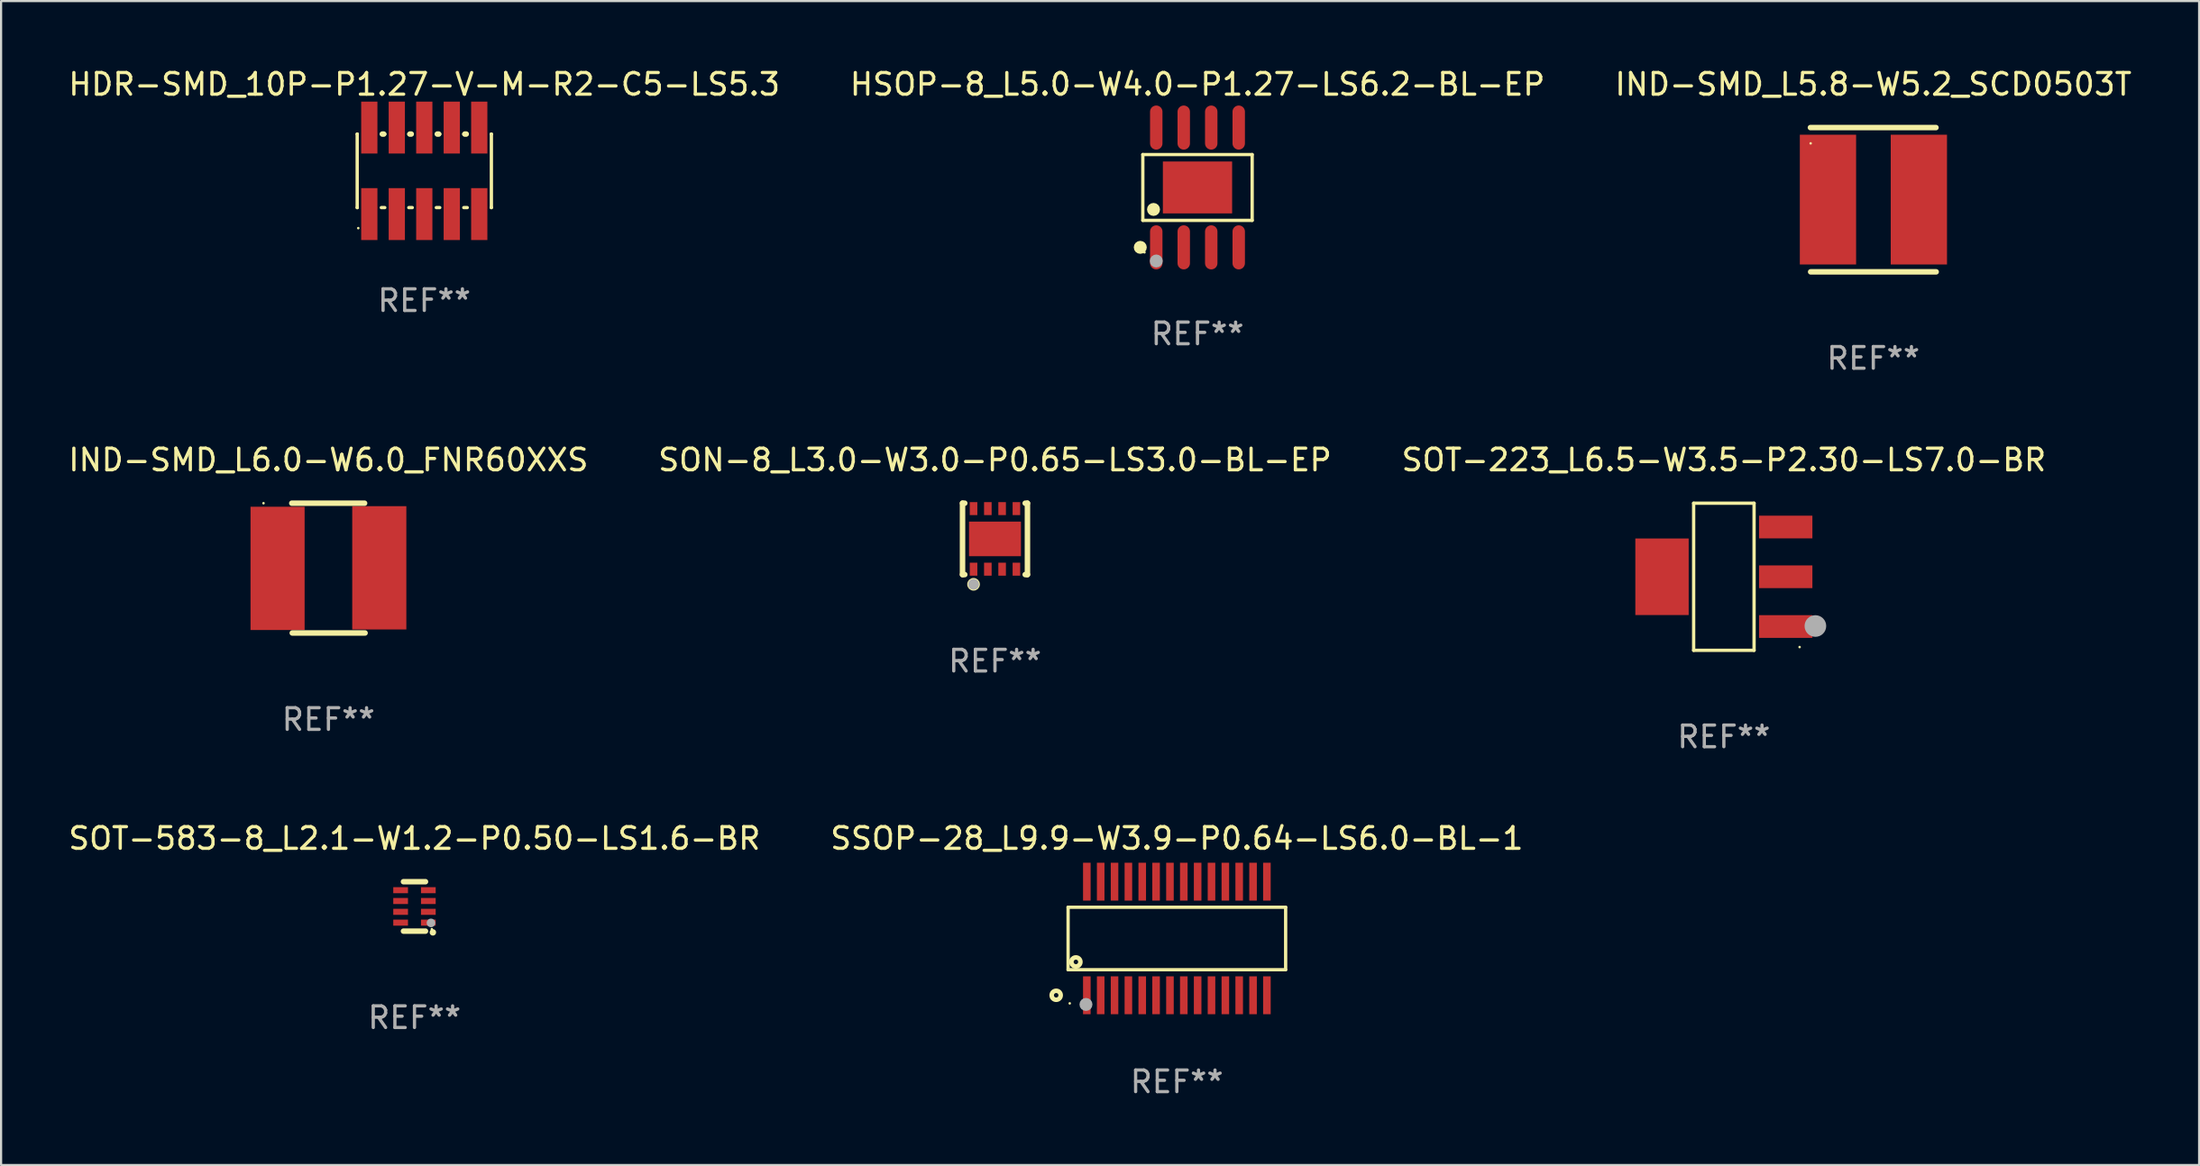
<source format=kicad_pcb>
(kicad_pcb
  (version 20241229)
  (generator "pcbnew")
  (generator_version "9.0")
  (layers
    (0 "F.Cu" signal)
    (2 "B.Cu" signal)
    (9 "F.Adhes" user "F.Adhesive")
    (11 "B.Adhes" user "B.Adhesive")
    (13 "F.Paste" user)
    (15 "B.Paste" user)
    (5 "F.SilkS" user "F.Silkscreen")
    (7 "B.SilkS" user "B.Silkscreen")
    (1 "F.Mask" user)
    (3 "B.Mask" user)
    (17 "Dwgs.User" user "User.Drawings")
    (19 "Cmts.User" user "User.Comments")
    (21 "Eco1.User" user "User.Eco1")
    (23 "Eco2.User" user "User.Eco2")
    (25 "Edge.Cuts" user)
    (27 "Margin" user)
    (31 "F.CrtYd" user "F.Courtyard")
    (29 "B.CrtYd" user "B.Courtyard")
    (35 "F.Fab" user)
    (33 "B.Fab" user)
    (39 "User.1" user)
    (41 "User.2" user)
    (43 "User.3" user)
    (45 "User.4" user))
  (footprint "HSOP-8_L5.0-W4.0-P1.27-LS6.2-BL-EP"
    (layer "F.Cu")
    (at 52.28 5.617)
    (property "Reference" "HSOP-8_L5.0-W4.0-P1.27-LS6.2-BL-EP" (at 0 -4.769 0) (layer "F.SilkS") (effects (font (size 1 1) (thickness 0.15))))
    (attr through_hole)
    (fp_line (start -2.526 -1.521) (end 2.526 -1.521) (stroke (width 0.152) (type solid)) (layer "F.SilkS"))
    (fp_line (start -2.526 1.521) (end -2.526 -1.521) (stroke (width 0.152) (type solid)) (layer "F.SilkS"))
    (fp_line (start 2.526 -1.521) (end 2.526 1.521) (stroke (width 0.152) (type solid)) (layer "F.SilkS"))
    (fp_line (start 2.526 1.521) (end -2.526 1.521) (stroke (width 0.152) (type solid)) (layer "F.SilkS"))
    (fp_circle (center -2.644 2.769) (end -2.494 2.769) (stroke (width 0.3) (type solid)) (fill no) (layer "F.SilkS"))
    (fp_circle (center -2.45 3) (end -2.42 3) (stroke (width 0.06) (type solid)) (fill no) (layer "F.SilkS"))
    (fp_circle (center -2.032 1.016) (end -1.882 1.016) (stroke (width 0.3) (type solid)) (fill no) (layer "F.SilkS"))
    (fp_circle (center -1.905 3.4) (end -1.755 3.4) (stroke (width 0.3) (type solid)) (fill no) (layer "F.Fab"))
    (fp_text user "REF**" (at 0 6.769 0) (layer "F.Fab") (effects (font (size 1 1) (thickness 0.15))))
    (pad "1" smd oval (at -1.905 2.769) (size 0.574 2.038) (layers "F.Cu" "F.Mask" "F.Paste"))
    (pad "2" smd oval (at -0.635 2.769) (size 0.574 2.038) (layers "F.Cu" "F.Mask" "F.Paste"))
    (pad "3" smd oval (at 0.635 2.769) (size 0.574 2.038) (layers "F.Cu" "F.Mask" "F.Paste"))
    (pad "4" smd oval (at 1.905 2.769) (size 0.574 2.038) (layers "F.Cu" "F.Mask" "F.Paste"))
    (pad "5" smd oval (at 1.905 -2.769) (size 0.574 2.038) (layers "F.Cu" "F.Mask" "F.Paste"))
    (pad "6" smd oval (at 0.635 -2.769) (size 0.574 2.038) (layers "F.Cu" "F.Mask" "F.Paste"))
    (pad "7" smd oval (at -0.635 -2.769) (size 0.574 2.038) (layers "F.Cu" "F.Mask" "F.Paste"))
    (pad "8" smd oval (at -1.905 -2.769) (size 0.574 2.038) (layers "F.Cu" "F.Mask" "F.Paste"))
    (pad "9" smd rect (at 0 0) (size 3.2 2.4) (layers "F.Cu" "F.Mask" "F.Paste")))
  (footprint "SON-8_L3.0-W3.0-P0.65-LS3.0-BL-EP"
    (layer "F.Cu")
    (at 42.923 21.865)
    (property "Reference" "SON-8_L3.0-W3.0-P0.65-LS3.0-BL-EP" (at -0.000356 -3.65 0) (layer "F.SilkS") (effects (font (size 1 1) (thickness 0.15))))
    (attr through_hole)
    (fp_line (start -1.5 -1.65) (end -1.396 -1.65) (stroke (width 0.254) (type solid)) (layer "F.SilkS"))
    (fp_line (start -1.5 1.65) (end -1.5 -1.65) (stroke (width 0.254) (type solid)) (layer "F.SilkS"))
    (fp_line (start -1.5 1.65) (end -1.396 1.65) (stroke (width 0.254) (type solid)) (layer "F.SilkS"))
    (fp_line (start 1.396 -1.65) (end 1.5 -1.65) (stroke (width 0.254) (type solid)) (layer "F.SilkS"))
    (fp_line (start 1.396 1.65) (end 1.5 1.65) (stroke (width 0.254) (type solid)) (layer "F.SilkS"))
    (fp_line (start 1.5 1.65) (end 1.5 -1.65) (stroke (width 0.254) (type solid)) (layer "F.SilkS"))
    (fp_circle (center -1.5 1.5) (end -1.47 1.5) (stroke (width 0.06) (type solid)) (fill no) (layer "F.SilkS"))
    (fp_circle (center -0.99 2.1) (end -0.825 2.1) (stroke (width 0.254) (type solid)) (fill no) (layer "F.SilkS"))
    (fp_circle (center -0.99 2.1) (end -0.865 2.1) (stroke (width 0.25) (type solid)) (fill no) (layer "F.Fab"))
    (fp_text user "REF**" (at -0.000356 5.65 0) (layer "F.Fab") (effects (font (size 1 1) (thickness 0.15))))
    (pad "1" smd rect (at -0.99 1.4) (size 0.35 0.6) (layers "F.Cu" "F.Mask" "F.Paste"))
    (pad "2" smd rect (at -0.33 1.4) (size 0.35 0.6) (layers "F.Cu" "F.Mask" "F.Paste"))
    (pad "3" smd rect (at 0.33 1.4) (size 0.35 0.6) (layers "F.Cu" "F.Mask" "F.Paste"))
    (pad "4" smd rect (at 0.99 1.4) (size 0.35 0.6) (layers "F.Cu" "F.Mask" "F.Paste"))
    (pad "5" smd rect (at 0.99 -1.4) (size 0.35 0.6) (layers "F.Cu" "F.Mask" "F.Paste"))
    (pad "6" smd rect (at 0.33 -1.4) (size 0.35 0.6) (layers "F.Cu" "F.Mask" "F.Paste"))
    (pad "7" smd rect (at -0.33 -1.4) (size 0.35 0.6) (layers "F.Cu" "F.Mask" "F.Paste"))
    (pad "8" smd rect (at -0.99 -1.4) (size 0.35 0.6) (layers "F.Cu" "F.Mask" "F.Paste"))
    (pad "9" smd rect (at -0.000127 0.000127) (size 2.4 1.6) (layers "F.Cu" "F.Mask" "F.Paste")))
  (footprint "IND-SMD_L6.0-W6.0_FNR60XXS"
    (layer "F.Cu")
    (at 12.125 23.215)
    (property "Reference" "IND-SMD_L6.0-W6.0_FNR60XXS" (at 0 -5 0) (layer "F.SilkS") (effects (font (size 1 1) (thickness 0.15))))
    (attr through_hole)
    (fp_line (start -1.693 -3) (end 1.671 -3) (stroke (width 0.254) (type solid)) (layer "F.SilkS"))
    (fp_line (start -1.671 3) (end 1.693 3) (stroke (width 0.254) (type solid)) (layer "F.SilkS"))
    (fp_circle (center -3 -3) (end -2.97 -3) (stroke (width 0.06) (type solid)) (fill no) (layer "F.SilkS"))
    (fp_text user "REF**" (at 0 7 0) (layer "F.Fab") (effects (font (size 1 1) (thickness 0.15))))
    (pad "1" smd rect (at -2.35 0.013) (size 2.5 5.7) (layers "F.Cu" "F.Mask" "F.Paste"))
    (pad "2" smd rect (at 2.35 -0.013) (size 2.5 5.7) (layers "F.Cu" "F.Mask" "F.Paste")))
  (footprint "IND-SMD_L5.8-W5.2_SCD0503T"
    (layer "F.Cu")
    (at 83.511 6.178)
    (property "Reference" "IND-SMD_L5.8-W5.2_SCD0503T" (at -0.005 -5.33 0) (layer "F.SilkS") (effects (font (size 1 1) (thickness 0.15))))
    (attr through_hole)
    (fp_line (start -2.91 -3.33) (end 2.89 -3.33) (stroke (width 0.254) (type solid)) (layer "F.SilkS"))
    (fp_line (start 2.9 3.34) (end -2.9 3.34) (stroke (width 0.254) (type solid)) (layer "F.SilkS"))
    (fp_circle (center -2.9 -2.6) (end -2.87 -2.6) (stroke (width 0.06) (type solid)) (fill no) (layer "F.SilkS"))
    (fp_text user "REF**" (at -0.005 7.34 0) (layer "F.Fab") (effects (font (size 1 1) (thickness 0.15))))
    (pad "1" smd rect (at -2.1 0 90) (size 6 2.6) (layers "F.Cu" "F.Mask" "F.Paste"))
    (pad "2" smd rect (at 2.1 0 90) (size 6 2.6) (layers "F.Cu" "F.Mask" "F.Paste")))
  (footprint "SOT-583-8_L2.1-W1.2-P0.50-LS1.6-BR"
    (layer "F.Cu")
    (at 16.101 38.857)
    (property "Reference" "SOT-583-8_L2.1-W1.2-P0.50-LS1.6-BR" (at 0 -3.143 0) (layer "F.SilkS") (effects (font (size 1 1) (thickness 0.15))))
    (attr through_hole)
    (fp_line (start -0.508 1.143) (end 0.508 1.143) (stroke (width 0.254) (type solid)) (layer "F.SilkS"))
    (fp_line (start 0.508 -1.143) (end -0.508 -1.143) (stroke (width 0.254) (type solid)) (layer "F.SilkS"))
    (fp_circle (center 0.8 1.05) (end 0.83 1.05) (stroke (width 0.06) (type solid)) (fill no) (layer "F.SilkS"))
    (fp_circle (center 0.85 1.2) (end 0.925 1.2) (stroke (width 0.15) (type solid)) (fill no) (layer "F.SilkS"))
    (fp_circle (center 0.762 0.762) (end 0.862 0.762) (stroke (width 0.2) (type solid)) (fill no) (layer "F.Fab"))
    (fp_text user "REF**" (at 0 5.143 0) (layer "F.Fab") (effects (font (size 1 1) (thickness 0.15))))
    (pad "1" smd rect (at 0.64 0.75 90) (size 0.28 0.68) (layers "F.Cu" "F.Mask" "F.Paste"))
    (pad "2" smd rect (at 0.64 0.25 90) (size 0.28 0.68) (layers "F.Cu" "F.Mask" "F.Paste"))
    (pad "3" smd rect (at 0.64 -0.25 90) (size 0.28 0.68) (layers "F.Cu" "F.Mask" "F.Paste"))
    (pad "4" smd rect (at 0.64 -0.75 90) (size 0.28 0.68) (layers "F.Cu" "F.Mask" "F.Paste"))
    (pad "5" smd rect (at -0.64 -0.75 90) (size 0.28 0.68) (layers "F.Cu" "F.Mask" "F.Paste"))
    (pad "6" smd rect (at -0.64 -0.25 90) (size 0.28 0.68) (layers "F.Cu" "F.Mask" "F.Paste"))
    (pad "7" smd rect (at -0.64 0.25 90) (size 0.28 0.68) (layers "F.Cu" "F.Mask" "F.Paste"))
    (pad "8" smd rect (at -0.64 0.75 90) (size 0.28 0.68) (layers "F.Cu" "F.Mask" "F.Paste")))
  (footprint "SOT-223_L6.5-W3.5-P2.30-LS7.0-BR"
    (layer "F.Cu")
    (at 76.601 23.616)
    (property "Reference" "SOT-223_L6.5-W3.5-P2.30-LS7.0-BR" (at 0 -5.401 0) (layer "F.SilkS") (effects (font (size 1 1) (thickness 0.15))))
    (attr through_hole)
    (fp_line (start -1.396 -3.401) (end 1.396 -3.401) (stroke (width 0.152) (type solid)) (layer "F.SilkS"))
    (fp_line (start -1.396 3.401) (end -1.396 -3.401) (stroke (width 0.152) (type solid)) (layer "F.SilkS"))
    (fp_line (start 1.396 -3.401) (end 1.396 3.401) (stroke (width 0.152) (type solid)) (layer "F.SilkS"))
    (fp_line (start 1.396 3.401) (end -1.396 3.401) (stroke (width 0.152) (type solid)) (layer "F.SilkS"))
    (fp_circle (center 3.5 3.25) (end 3.53 3.25) (stroke (width 0.06) (type solid)) (fill no) (layer "F.SilkS"))
    (fp_circle (center 4.229 2.277) (end 4.479 2.277) (stroke (width 0.5) (type solid)) (fill no) (layer "F.Fab"))
    (fp_text user "REF**" (at 0 7.401 0) (layer "F.Fab") (effects (font (size 1 1) (thickness 0.15))))
    (pad "1" smd rect (at 2.858 2.3) (size 2.465 1.05) (layers "F.Cu" "F.Mask" "F.Paste"))
    (pad "2" smd rect (at 2.858 0) (size 2.465 1.05) (layers "F.Cu" "F.Mask" "F.Paste"))
    (pad "3" smd rect (at 2.858 -2.3) (size 2.465 1.05) (layers "F.Cu" "F.Mask" "F.Paste"))
    (pad "4" smd rect (at -2.858 0) (size 2.465 3.54) (layers "F.Cu" "F.Mask" "F.Paste")))
  (footprint "SSOP-28_L9.9-W3.9-P0.64-LS6.0-BL-1"
    (layer "F.Cu")
    (at 51.327 40.339)
    (property "Reference" "SSOP-28_L9.9-W3.9-P0.64-LS6.0-BL-1" (at 0.000013 -4.626 0) (layer "F.SilkS") (effects (font (size 1 1) (thickness 0.15))))
    (attr through_hole)
    (fp_line (start -5.026 -1.445) (end 5.026 -1.445) (stroke (width 0.152) (type solid)) (layer "F.SilkS"))
    (fp_line (start -5.026 1.445) (end -5.026 -1.445) (stroke (width 0.152) (type solid)) (layer "F.SilkS"))
    (fp_line (start 5.026 -1.445) (end 5.026 1.445) (stroke (width 0.152) (type solid)) (layer "F.SilkS"))
    (fp_line (start 5.026 1.445) (end -5.026 1.445) (stroke (width 0.152) (type solid)) (layer "F.SilkS"))
    (fp_circle (center -5.576 2.626) (end -5.472 2.626) (stroke (width 0.209) (type solid)) (fill no) (layer "F.SilkS"))
    (fp_circle (center -4.95 3) (end -4.92 3) (stroke (width 0.06) (type solid)) (fill no) (layer "F.SilkS"))
    (fp_circle (center -4.665 1.084) (end -4.561 1.084) (stroke (width 0.209) (type solid)) (fill no) (layer "F.SilkS"))
    (fp_circle (center -4.2 3.05) (end -4.05 3.05) (stroke (width 0.3) (type solid)) (fill no) (layer "F.Fab"))
    (fp_text user "REF**" (at 0.000013 6.626 0) (layer "F.Fab") (effects (font (size 1 1) (thickness 0.15))))
    (pad "1" smd rect (at -4.16 2.626) (size 0.35 1.751) (layers "F.Cu" "F.Mask" "F.Paste"))
    (pad "2" smd rect (at -3.52 2.626) (size 0.35 1.751) (layers "F.Cu" "F.Mask" "F.Paste"))
    (pad "3" smd rect (at -2.88 2.626) (size 0.35 1.751) (layers "F.Cu" "F.Mask" "F.Paste"))
    (pad "4" smd rect (at -2.24 2.626) (size 0.35 1.751) (layers "F.Cu" "F.Mask" "F.Paste"))
    (pad "5" smd rect (at -1.6 2.626) (size 0.35 1.751) (layers "F.Cu" "F.Mask" "F.Paste"))
    (pad "6" smd rect (at -0.96 2.626) (size 0.35 1.751) (layers "F.Cu" "F.Mask" "F.Paste"))
    (pad "7" smd rect (at -0.32 2.626) (size 0.35 1.751) (layers "F.Cu" "F.Mask" "F.Paste"))
    (pad "8" smd rect (at 0.32 2.626) (size 0.35 1.751) (layers "F.Cu" "F.Mask" "F.Paste"))
    (pad "9" smd rect (at 0.96 2.626) (size 0.35 1.751) (layers "F.Cu" "F.Mask" "F.Paste"))
    (pad "10" smd rect (at 1.6 2.626) (size 0.35 1.751) (layers "F.Cu" "F.Mask" "F.Paste"))
    (pad "11" smd rect (at 2.24 2.626) (size 0.35 1.751) (layers "F.Cu" "F.Mask" "F.Paste"))
    (pad "12" smd rect (at 2.88 2.626) (size 0.35 1.751) (layers "F.Cu" "F.Mask" "F.Paste"))
    (pad "13" smd rect (at 3.52 2.626) (size 0.35 1.751) (layers "F.Cu" "F.Mask" "F.Paste"))
    (pad "14" smd rect (at 4.16 2.626) (size 0.35 1.751) (layers "F.Cu" "F.Mask" "F.Paste"))
    (pad "15" smd rect (at 4.16 -2.626) (size 0.35 1.751) (layers "F.Cu" "F.Mask" "F.Paste"))
    (pad "16" smd rect (at 3.52 -2.626) (size 0.35 1.751) (layers "F.Cu" "F.Mask" "F.Paste"))
    (pad "17" smd rect (at 2.88 -2.626) (size 0.35 1.751) (layers "F.Cu" "F.Mask" "F.Paste"))
    (pad "18" smd rect (at 2.24 -2.626) (size 0.35 1.751) (layers "F.Cu" "F.Mask" "F.Paste"))
    (pad "19" smd rect (at 1.6 -2.626) (size 0.35 1.751) (layers "F.Cu" "F.Mask" "F.Paste"))
    (pad "20" smd rect (at 0.96 -2.626) (size 0.35 1.751) (layers "F.Cu" "F.Mask" "F.Paste"))
    (pad "21" smd rect (at 0.32 -2.626) (size 0.35 1.751) (layers "F.Cu" "F.Mask" "F.Paste"))
    (pad "22" smd rect (at -0.32 -2.626) (size 0.35 1.751) (layers "F.Cu" "F.Mask" "F.Paste"))
    (pad "23" smd rect (at -0.96 -2.626) (size 0.35 1.751) (layers "F.Cu" "F.Mask" "F.Paste"))
    (pad "24" smd rect (at -1.6 -2.626) (size 0.35 1.751) (layers "F.Cu" "F.Mask" "F.Paste"))
    (pad "25" smd rect (at -2.24 -2.626) (size 0.35 1.751) (layers "F.Cu" "F.Mask" "F.Paste"))
    (pad "26" smd rect (at -2.88 -2.626) (size 0.35 1.751) (layers "F.Cu" "F.Mask" "F.Paste"))
    (pad "27" smd rect (at -3.52 -2.626) (size 0.35 1.751) (layers "F.Cu" "F.Mask" "F.Paste"))
    (pad "28" smd rect (at -4.16 -2.626) (size 0.35 1.751) (layers "F.Cu" "F.Mask" "F.Paste")))
  (footprint "HDR-SMD_10P-P1.27-V-M-R2-C5-LS5.3"
    (layer "F.Cu")
    (at 16.554 4.848)
    (property "Reference" "HDR-SMD_10P-P1.27-V-M-R2-C5-LS5.3" (at 0 -4 0) (layer "F.SilkS") (effects (font (size 1 1) (thickness 0.15))))
    (attr through_hole)
    (fp_line (start -3.1 -1.7) (end -3.1 1.7) (stroke (width 0.152) (type solid)) (layer "F.SilkS"))
    (fp_line (start -3.1 1.7) (end -3.095 1.7) (stroke (width 0.152) (type solid)) (layer "F.SilkS"))
    (fp_line (start -3.095 -1.7) (end -3.1 -1.7) (stroke (width 0.152) (type solid)) (layer "F.SilkS"))
    (fp_line (start -1.985 1.7) (end -1.825 1.7) (stroke (width 0.152) (type solid)) (layer "F.SilkS"))
    (fp_line (start -1.934 -1.7) (end -1.876 -1.7) (stroke (width 0.254) (type solid)) (layer "F.SilkS"))
    (fp_line (start -1.825 -1.7) (end -1.985 -1.7) (stroke (width 0.152) (type solid)) (layer "F.SilkS"))
    (fp_line (start -0.715 1.7) (end -0.555 1.7) (stroke (width 0.152) (type solid)) (layer "F.SilkS"))
    (fp_line (start -0.664 -1.7) (end -0.606 -1.7) (stroke (width 0.254) (type solid)) (layer "F.SilkS"))
    (fp_line (start -0.555 -1.7) (end -0.715 -1.7) (stroke (width 0.152) (type solid)) (layer "F.SilkS"))
    (fp_line (start 0.555 1.7) (end 0.715 1.7) (stroke (width 0.152) (type solid)) (layer "F.SilkS"))
    (fp_line (start 0.606 -1.7) (end 0.664 -1.7) (stroke (width 0.254) (type solid)) (layer "F.SilkS"))
    (fp_line (start 0.715 -1.7) (end 0.555 -1.7) (stroke (width 0.152) (type solid)) (layer "F.SilkS"))
    (fp_line (start 1.825 1.7) (end 1.985 1.7) (stroke (width 0.152) (type solid)) (layer "F.SilkS"))
    (fp_line (start 1.876 -1.7) (end 1.934 -1.7) (stroke (width 0.254) (type solid)) (layer "F.SilkS"))
    (fp_line (start 1.985 -1.7) (end 1.825 -1.7) (stroke (width 0.152) (type solid)) (layer "F.SilkS"))
    (fp_line (start 3.095 1.7) (end 3.1 1.7) (stroke (width 0.152) (type solid)) (layer "F.SilkS"))
    (fp_line (start 3.1 -1.7) (end 3.095 -1.7) (stroke (width 0.152) (type solid)) (layer "F.SilkS"))
    (fp_line (start 3.1 1.7) (end 3.1 -1.7) (stroke (width 0.152) (type solid)) (layer "F.SilkS"))
    (fp_circle (center -3.05 2.65) (end -3.02 2.65) (stroke (width 0.06) (type solid)) (fill no) (layer "F.SilkS"))
    (fp_text user "REF**" (at 0 6 0) (layer "F.Fab") (effects (font (size 1 1) (thickness 0.15))))
    (pad "1" smd rect (at -2.54 2) (size 0.75 2.4) (layers "F.Cu" "F.Mask" "F.Paste"))
    (pad "2" smd rect (at -2.54 -2) (size 0.75 2.4) (layers "F.Cu" "F.Mask" "F.Paste"))
    (pad "3" smd rect (at -1.27 2) (size 0.75 2.4) (layers "F.Cu" "F.Mask" "F.Paste"))
    (pad "4" smd rect (at -1.27 -2) (size 0.75 2.4) (layers "F.Cu" "F.Mask" "F.Paste"))
    (pad "5" smd rect (at 0 2) (size 0.75 2.4) (layers "F.Cu" "F.Mask" "F.Paste"))
    (pad "6" smd rect (at 0 -2) (size 0.75 2.4) (layers "F.Cu" "F.Mask" "F.Paste"))
    (pad "7" smd rect (at 1.27 2) (size 0.75 2.4) (layers "F.Cu" "F.Mask" "F.Paste"))
    (pad "8" smd rect (at 1.27 -2) (size 0.75 2.4) (layers "F.Cu" "F.Mask" "F.Paste"))
    (pad "9" smd rect (at 2.54 2) (size 0.75 2.4) (layers "F.Cu" "F.Mask" "F.Paste"))
    (pad "10" smd rect (at 2.54 -2) (size 0.75 2.4) (layers "F.Cu" "F.Mask" "F.Paste")))
  (gr_rect
    (start -3 -3)
    (end 98.56 50.813)
    (stroke (width 0.1) (type default))
    (fill no)
    (layer "Edge.Cuts")))
</source>
